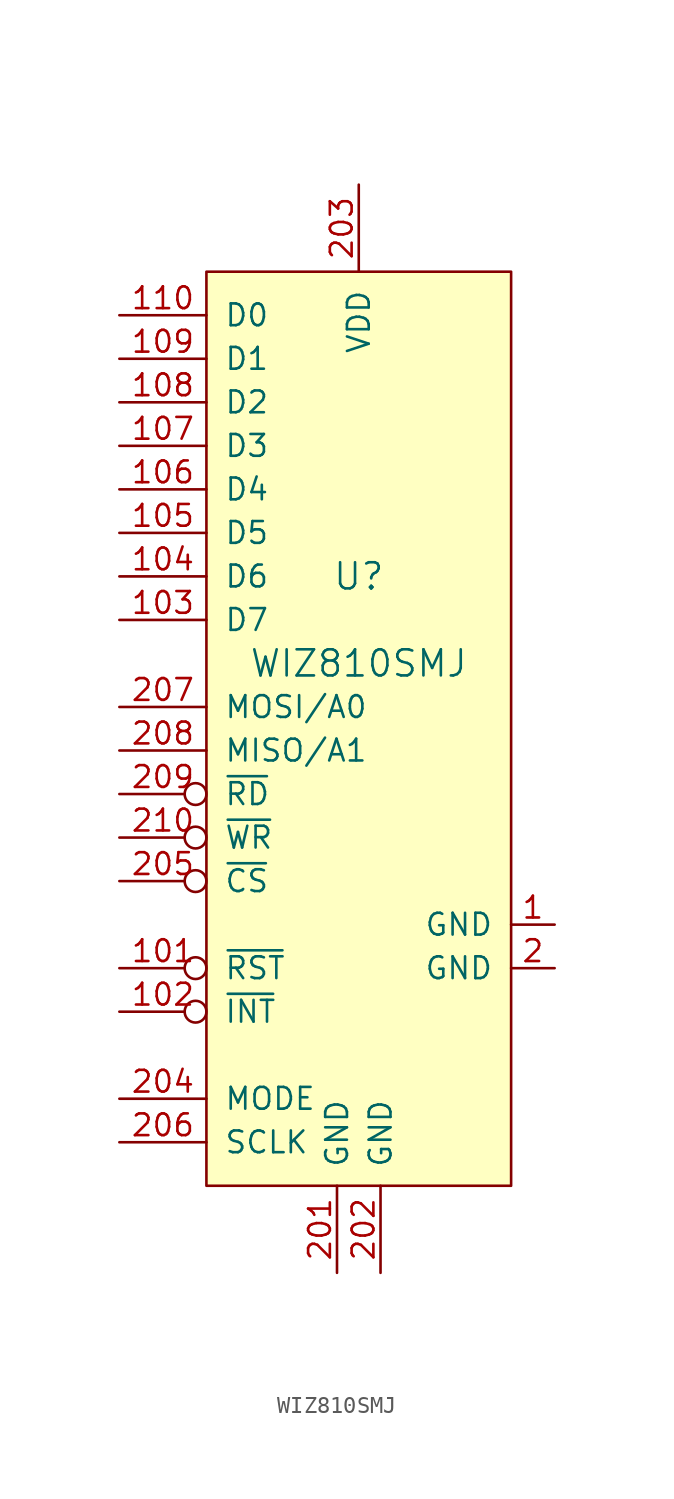
<source format=kicad_sym>
(kicad_symbol_lib
  (version 20211014)
  (generator kicad_symbol_editor)
  (symbol "WIZ810SMJ"
    (pin_names
      (offset 1.016))
    (property "Reference" "U"
      (at 0 3.81 0)
      (effects (font (size 1.524 1.524))))
    (property "Value" "WIZ810SMJ"
      (at 0 -1.27 0)
      (effects (font (size 1.524 1.524))))
    (symbol "WIZ810SMJ_0_1"
      (rectangle (start -8.89 21.59) (end 8.89 -31.75) (stroke (width 0) (type default) (color 0 0 0 0)) (fill (type background))))
    (symbol "WIZ810SMJ_1_1"
      (pin power_in line (at 11.43 -16.51 180) (length 2.54) (name "GND" (effects (font (size 1.27 1.27)))) (number "1" (effects (font (size 1.27 1.27)))))
      (pin input inverted (at -13.97 -19.05 0) (length 5.08) (name "~{RST}" (effects (font (size 1.27 1.27)))) (number "101" (effects (font (size 1.27 1.27)))))
      (pin output inverted (at -13.97 -21.59 0) (length 5.08) (name "~{INT}" (effects (font (size 1.27 1.27)))) (number "102" (effects (font (size 1.27 1.27)))))
      (pin bidirectional line (at -13.97 1.27 0) (length 5.08) (name "D7" (effects (font (size 1.27 1.27)))) (number "103" (effects (font (size 1.27 1.27)))))
      (pin bidirectional line (at -13.97 3.81 0) (length 5.08) (name "D6" (effects (font (size 1.27 1.27)))) (number "104" (effects (font (size 1.27 1.27)))))
      (pin bidirectional line (at -13.97 6.35 0) (length 5.08) (name "D5" (effects (font (size 1.27 1.27)))) (number "105" (effects (font (size 1.27 1.27)))))
      (pin bidirectional line (at -13.97 8.89 0) (length 5.08) (name "D4" (effects (font (size 1.27 1.27)))) (number "106" (effects (font (size 1.27 1.27)))))
      (pin bidirectional line (at -13.97 11.43 0) (length 5.08) (name "D3" (effects (font (size 1.27 1.27)))) (number "107" (effects (font (size 1.27 1.27)))))
      (pin bidirectional line (at -13.97 13.97 0) (length 5.08) (name "D2" (effects (font (size 1.27 1.27)))) (number "108" (effects (font (size 1.27 1.27)))))
      (pin bidirectional line (at -13.97 16.51 0) (length 5.08) (name "D1" (effects (font (size 1.27 1.27)))) (number "109" (effects (font (size 1.27 1.27)))))
      (pin bidirectional line (at -13.97 19.05 0) (length 5.08) (name "D0" (effects (font (size 1.27 1.27)))) (number "110" (effects (font (size 1.27 1.27)))))
      (pin power_in line (at 11.43 -19.05 180) (length 2.54) (name "GND" (effects (font (size 1.27 1.27)))) (number "2" (effects (font (size 1.27 1.27)))))
      (pin power_in line (at -1.27 -36.83 90) (length 5.08) (name "GND" (effects (font (size 1.27 1.27)))) (number "201" (effects (font (size 1.27 1.27)))))
      (pin power_in line (at 1.27 -36.83 90) (length 5.08) (name "GND" (effects (font (size 1.27 1.27)))) (number "202" (effects (font (size 1.27 1.27)))))
      (pin power_in line (at 0 26.67 270) (length 5.08) (name "VDD" (effects (font (size 1.27 1.27)))) (number "203" (effects (font (size 1.27 1.27)))))
      (pin input line (at -13.97 -26.67 0) (length 5.08) (name "MODE" (effects (font (size 1.27 1.27)))) (number "204" (effects (font (size 1.27 1.27)))))
      (pin input inverted (at -13.97 -13.97 0) (length 5.08) (name "~{CS}" (effects (font (size 1.27 1.27)))) (number "205" (effects (font (size 1.27 1.27)))))
      (pin input line (at -13.97 -29.21 0) (length 5.08) (name "SCLK" (effects (font (size 1.27 1.27)))) (number "206" (effects (font (size 1.27 1.27)))))
      (pin input line (at -13.97 -3.81 0) (length 5.08) (name "MOSI/A0" (effects (font (size 1.27 1.27)))) (number "207" (effects (font (size 1.27 1.27)))))
      (pin bidirectional line (at -13.97 -6.35 0) (length 5.08) (name "MISO/A1" (effects (font (size 1.27 1.27)))) (number "208" (effects (font (size 1.27 1.27)))))
      (pin input inverted (at -13.97 -8.89 0) (length 5.08) (name "~{RD}" (effects (font (size 1.27 1.27)))) (number "209" (effects (font (size 1.27 1.27)))))
      (pin input inverted (at -13.97 -11.43 0) (length 5.08) (name "~{WR}" (effects (font (size 1.27 1.27)))) (number "210" (effects (font (size 1.27 1.27))))))))
</source>
